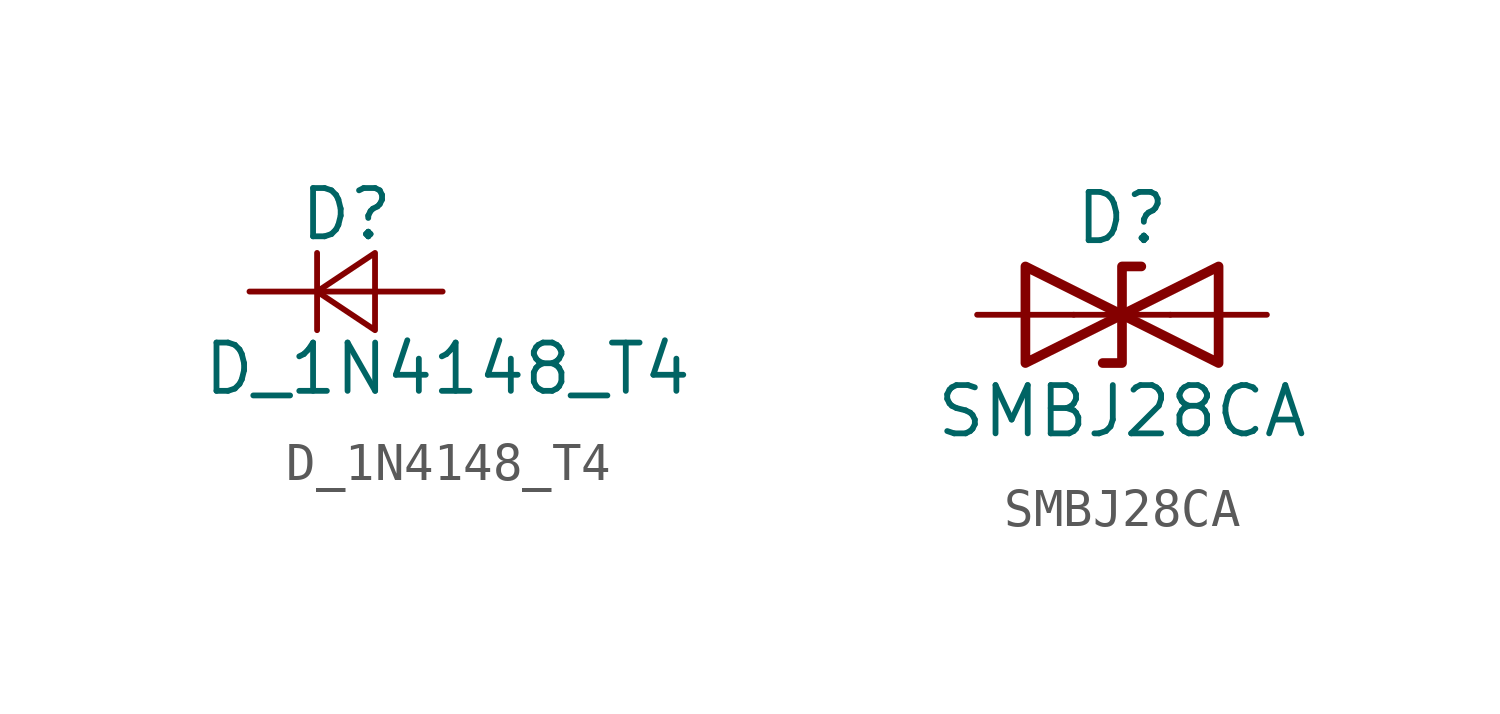
<source format=kicad_sym>
(kicad_symbol_lib
  (version 20211014)
  (generator kicad_symbol_editor)
  (symbol "D_1N4148_T4"
    (pin_numbers hide)
    (pin_names
      (offset 0.254) hide)
    (property "Reference" "D"
      (at -1.27 2.032 0)
      (effects (font (size 1.27 1.27)) (justify left)))
    (property "Value" "D_1N4148_T4"
      (at -3.81 -2.032 0)
      (effects (font (size 1.27 1.27)) (justify left)))
    (symbol "D_1N4148_T4_0_1"
      (polyline (pts (xy -0.762 -1.016) (xy -0.762 1.016)) (stroke (width 0) (type default) (color 0 0 0 0)) (fill (type none)))
      (polyline (pts (xy -0.762 0) (xy 0.762 0)) (stroke (width 0) (type default) (color 0 0 0 0)) (fill (type none)))
      (polyline (pts (xy 0.762 -1.016) (xy -0.762 0) (xy 0.762 1.016) (xy 0.762 -1.016)) (stroke (width 0) (type default) (color 0 0 0 0)) (fill (type none))))
    (symbol "D_1N4148_T4_1_1"
      (pin passive line (at -2.54 0 0) (length 1.778) (name "K" (effects (font (size 1.27 1.27)))) (number "1" (effects (font (size 1.27 1.27)))))
      (pin passive line (at 2.54 0 180) (length 1.778) (name "A" (effects (font (size 1.27 1.27)))) (number "2" (effects (font (size 1.27 1.27)))))))
  (symbol "SMBJ28CA"
    (pin_numbers hide)
    (pin_names
      (offset 1.016) hide)
    (property "Reference" "D"
      (at 0 2.54 0)
      (effects (font (size 1.27 1.27))))
    (property "Value" "SMBJ28CA"
      (at 0 -2.54 0)
      (effects (font (size 1.27 1.27))))
    (symbol "SMBJ28CA_0_1"
      (polyline (pts (xy 1.27 0) (xy -1.27 0)) (stroke (width 0) (type default) (color 0 0 0 0)) (fill (type none)))
      (polyline (pts (xy 0.508 1.27) (xy 0 1.27) (xy 0 -1.27) (xy -0.508 -1.27)) (stroke (width 0.254) (type default) (color 0 0 0 0)) (fill (type none)))
      (polyline (pts (xy -2.54 1.27) (xy -2.54 -1.27) (xy 2.54 1.27) (xy 2.54 -1.27) (xy -2.54 1.27)) (stroke (width 0.254) (type default) (color 0 0 0 0)) (fill (type none))))
    (symbol "SMBJ28CA_1_1"
      (pin passive line (at -3.81 0 0) (length 2.54) (name "A1" (effects (font (size 1.27 1.27)))) (number "1" (effects (font (size 1.27 1.27)))))
      (pin passive line (at 3.81 0 180) (length 2.54) (name "A2" (effects (font (size 1.27 1.27)))) (number "2" (effects (font (size 1.27 1.27))))))))
</source>
